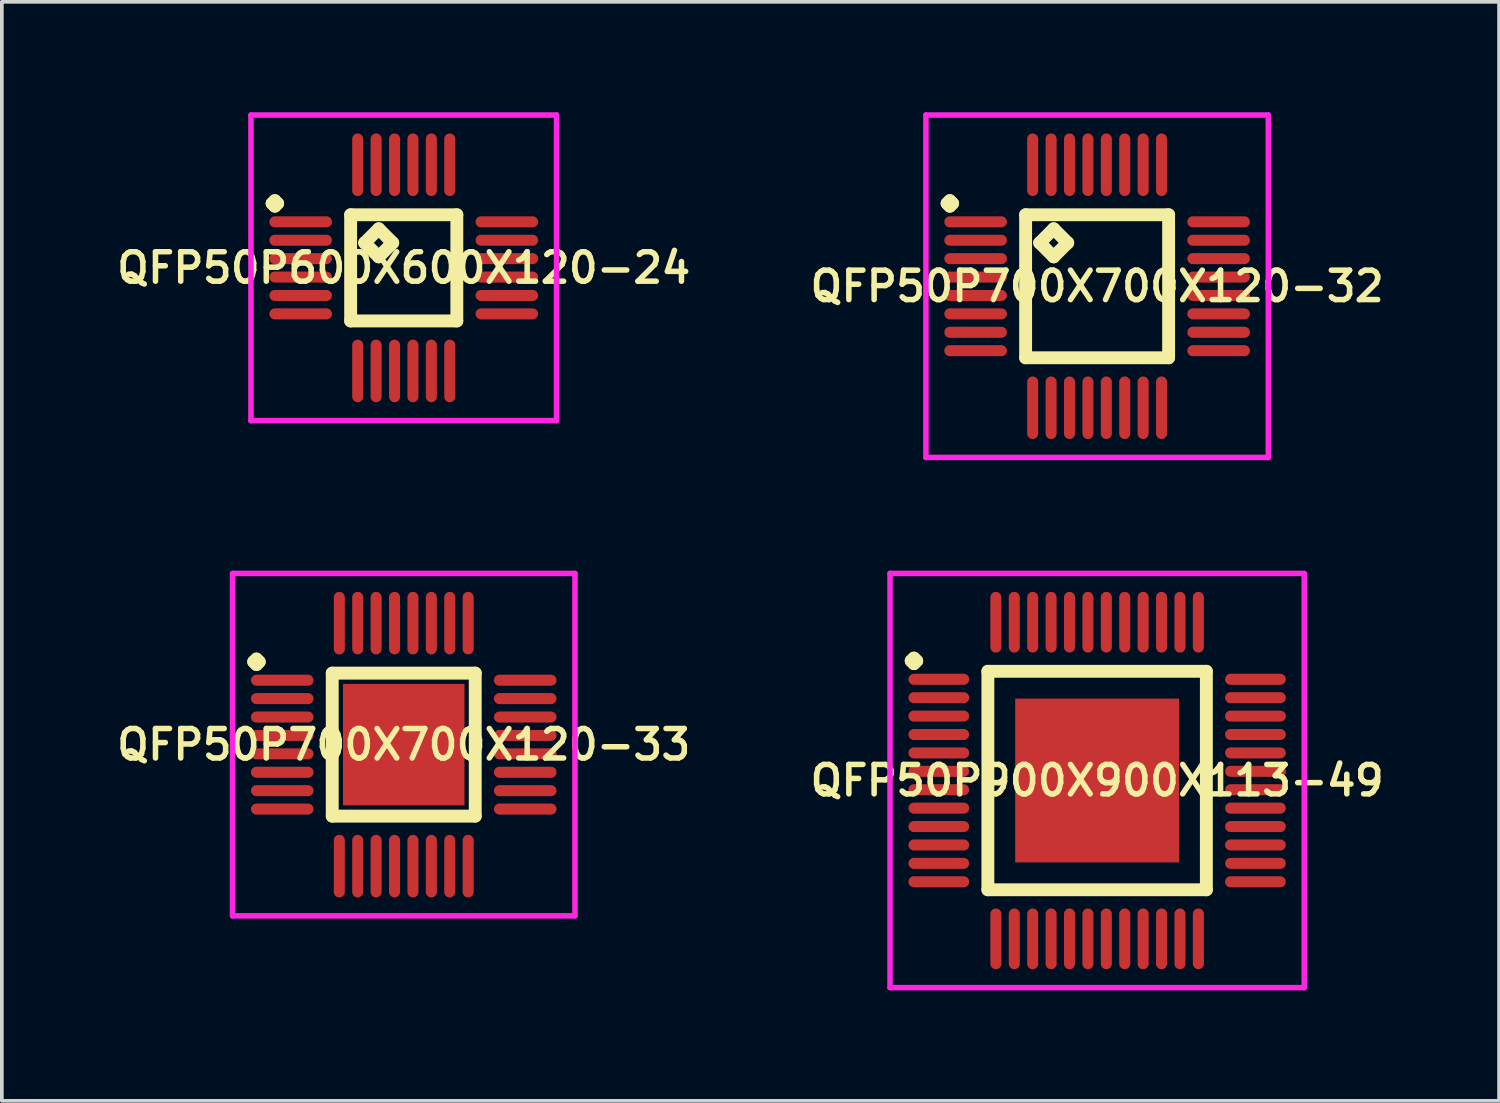
<source format=kicad_pcb>
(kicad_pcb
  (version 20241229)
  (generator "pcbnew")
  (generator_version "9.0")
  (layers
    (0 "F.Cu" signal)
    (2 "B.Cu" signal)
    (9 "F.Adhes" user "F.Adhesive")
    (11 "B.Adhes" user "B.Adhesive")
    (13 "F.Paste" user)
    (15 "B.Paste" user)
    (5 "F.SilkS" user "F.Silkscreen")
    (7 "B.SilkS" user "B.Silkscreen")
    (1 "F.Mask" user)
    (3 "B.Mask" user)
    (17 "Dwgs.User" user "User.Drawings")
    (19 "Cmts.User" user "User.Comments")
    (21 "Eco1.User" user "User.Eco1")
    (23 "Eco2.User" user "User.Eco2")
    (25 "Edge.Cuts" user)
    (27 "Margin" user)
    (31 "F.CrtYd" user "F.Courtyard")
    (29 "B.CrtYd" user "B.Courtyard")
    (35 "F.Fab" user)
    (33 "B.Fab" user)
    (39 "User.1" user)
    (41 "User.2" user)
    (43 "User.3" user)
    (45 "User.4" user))
  (footprint "QFP50P600X600X120-24"
    (layer "F.Cu")
    (at 7.916 4.225)
    (property "Reference" "QFP50P600X600X120-24" (at 0 0 0) (layer "F.SilkS") (effects (font (size 0.8 0.8) (thickness 0.15))))
    (attr smd)
    (fp_line (start -3.575 -1.75) (end -3.5 -1.825) (stroke (width 0.35) (type solid)) (layer "F.SilkS"))
    (fp_line (start -3.5 -1.825) (end -3.425 -1.75) (stroke (width 0.35) (type solid)) (layer "F.SilkS"))
    (fp_line (start -3.5 -1.675) (end -3.575 -1.75) (stroke (width 0.35) (type solid)) (layer "F.SilkS"))
    (fp_line (start -3.425 -1.75) (end -3.5 -1.675) (stroke (width 0.35) (type solid)) (layer "F.SilkS"))
    (fp_line (start -1.442 -1.442) (end -1.442 1.442) (stroke (width 0.35) (type solid)) (layer "F.SilkS"))
    (fp_line (start -1.442 1.442) (end 1.442 1.442) (stroke (width 0.35) (type solid)) (layer "F.SilkS"))
    (fp_line (start -1.061 -0.68) (end -0.68 -1.061) (stroke (width 0.35) (type solid)) (layer "F.SilkS"))
    (fp_line (start -0.68 -1.061) (end -0.299 -0.68) (stroke (width 0.35) (type solid)) (layer "F.SilkS"))
    (fp_line (start -0.68 -0.299) (end -1.061 -0.68) (stroke (width 0.35) (type solid)) (layer "F.SilkS"))
    (fp_line (start -0.299 -0.68) (end -0.68 -0.299) (stroke (width 0.35) (type solid)) (layer "F.SilkS"))
    (fp_line (start 1.442 -1.442) (end -1.442 -1.442) (stroke (width 0.35) (type solid)) (layer "F.SilkS"))
    (fp_line (start 1.442 1.442) (end 1.442 -1.442) (stroke (width 0.35) (type solid)) (layer "F.SilkS"))
    (fp_line (start -4.15 -4.15) (end 4.15 -4.15) (stroke (width 0.15) (type solid)) (layer "F.CrtYd"))
    (fp_line (start -4.15 4.15) (end -4.15 -4.15) (stroke (width 0.15) (type solid)) (layer "F.CrtYd"))
    (fp_line (start 4.15 -4.15) (end 4.15 4.15) (stroke (width 0.15) (type solid)) (layer "F.CrtYd"))
    (fp_line (start 4.15 4.15) (end -4.15 4.15) (stroke (width 0.15) (type solid)) (layer "F.CrtYd"))
    (pad "1" smd oval (at -2.8 -1.25) (size 1.7 0.3) (layers "F.Cu" "F.Mask" "F.Paste"))
    (pad "2" smd oval (at -2.8 -0.75) (size 1.7 0.3) (layers "F.Cu" "F.Mask" "F.Paste"))
    (pad "3" smd oval (at -2.8 -0.25) (size 1.7 0.3) (layers "F.Cu" "F.Mask" "F.Paste"))
    (pad "4" smd oval (at -2.8 0.25) (size 1.7 0.3) (layers "F.Cu" "F.Mask" "F.Paste"))
    (pad "5" smd oval (at -2.8 0.75) (size 1.7 0.3) (layers "F.Cu" "F.Mask" "F.Paste"))
    (pad "6" smd oval (at -2.8 1.25) (size 1.7 0.3) (layers "F.Cu" "F.Mask" "F.Paste"))
    (pad "7" smd oval (at -1.25 2.8) (size 0.3 1.7) (layers "F.Cu" "F.Mask" "F.Paste"))
    (pad "8" smd oval (at -0.75 2.8) (size 0.3 1.7) (layers "F.Cu" "F.Mask" "F.Paste"))
    (pad "9" smd oval (at -0.25 2.8) (size 0.3 1.7) (layers "F.Cu" "F.Mask" "F.Paste"))
    (pad "10" smd oval (at 0.25 2.8) (size 0.3 1.7) (layers "F.Cu" "F.Mask" "F.Paste"))
    (pad "11" smd oval (at 0.75 2.8) (size 0.3 1.7) (layers "F.Cu" "F.Mask" "F.Paste"))
    (pad "12" smd oval (at 1.25 2.8) (size 0.3 1.7) (layers "F.Cu" "F.Mask" "F.Paste"))
    (pad "13" smd oval (at 2.8 1.25) (size 1.7 0.3) (layers "F.Cu" "F.Mask" "F.Paste"))
    (pad "14" smd oval (at 2.8 0.75) (size 1.7 0.3) (layers "F.Cu" "F.Mask" "F.Paste"))
    (pad "15" smd oval (at 2.8 0.25) (size 1.7 0.3) (layers "F.Cu" "F.Mask" "F.Paste"))
    (pad "16" smd oval (at 2.8 -0.25) (size 1.7 0.3) (layers "F.Cu" "F.Mask" "F.Paste"))
    (pad "17" smd oval (at 2.8 -0.75) (size 1.7 0.3) (layers "F.Cu" "F.Mask" "F.Paste"))
    (pad "18" smd oval (at 2.8 -1.25) (size 1.7 0.3) (layers "F.Cu" "F.Mask" "F.Paste"))
    (pad "19" smd oval (at 1.25 -2.8) (size 0.3 1.7) (layers "F.Cu" "F.Mask" "F.Paste"))
    (pad "20" smd oval (at 0.75 -2.8) (size 0.3 1.7) (layers "F.Cu" "F.Mask" "F.Paste"))
    (pad "21" smd oval (at 0.25 -2.8) (size 0.3 1.7) (layers "F.Cu" "F.Mask" "F.Paste"))
    (pad "22" smd oval (at -0.25 -2.8) (size 0.3 1.7) (layers "F.Cu" "F.Mask" "F.Paste"))
    (pad "23" smd oval (at -0.75 -2.8) (size 0.3 1.7) (layers "F.Cu" "F.Mask" "F.Paste"))
    (pad "24" smd oval (at -1.25 -2.8) (size 0.3 1.7) (layers "F.Cu" "F.Mask" "F.Paste")))
  (footprint "QFP50P700X700X120-33"
    (layer "F.Cu")
    (at 7.916 17.175)
    (property "Reference" "QFP50P700X700X120-33" (at 0 0 0) (layer "F.SilkS") (effects (font (size 0.8 0.8) (thickness 0.15))))
    (attr smd)
    (fp_line (start -4.075 -2.25) (end -4 -2.325) (stroke (width 0.35) (type solid)) (layer "F.SilkS"))
    (fp_line (start -4 -2.325) (end -3.925 -2.25) (stroke (width 0.35) (type solid)) (layer "F.SilkS"))
    (fp_line (start -4 -2.175) (end -4.075 -2.25) (stroke (width 0.35) (type solid)) (layer "F.SilkS"))
    (fp_line (start -3.925 -2.25) (end -4 -2.175) (stroke (width 0.35) (type solid)) (layer "F.SilkS"))
    (fp_line (start -1.942 -1.942) (end -1.942 1.942) (stroke (width 0.35) (type solid)) (layer "F.SilkS"))
    (fp_line (start -1.942 1.942) (end 1.942 1.942) (stroke (width 0.35) (type solid)) (layer "F.SilkS"))
    (fp_line (start 1.942 -1.942) (end -1.942 -1.942) (stroke (width 0.35) (type solid)) (layer "F.SilkS"))
    (fp_line (start 1.942 1.942) (end 1.942 -1.942) (stroke (width 0.35) (type solid)) (layer "F.SilkS"))
    (fp_line (start -4.65 -4.65) (end 4.65 -4.65) (stroke (width 0.15) (type solid)) (layer "F.CrtYd"))
    (fp_line (start -4.65 4.65) (end -4.65 -4.65) (stroke (width 0.15) (type solid)) (layer "F.CrtYd"))
    (fp_line (start 4.65 -4.65) (end 4.65 4.65) (stroke (width 0.15) (type solid)) (layer "F.CrtYd"))
    (fp_line (start 4.65 4.65) (end -4.65 4.65) (stroke (width 0.15) (type solid)) (layer "F.CrtYd"))
    (pad "1" smd oval (at -3.3 -1.75) (size 1.7 0.3) (layers "F.Cu" "F.Mask" "F.Paste"))
    (pad "2" smd oval (at -3.3 -1.25) (size 1.7 0.3) (layers "F.Cu" "F.Mask" "F.Paste"))
    (pad "3" smd oval (at -3.3 -0.75) (size 1.7 0.3) (layers "F.Cu" "F.Mask" "F.Paste"))
    (pad "4" smd oval (at -3.3 -0.25) (size 1.7 0.3) (layers "F.Cu" "F.Mask" "F.Paste"))
    (pad "5" smd oval (at -3.3 0.25) (size 1.7 0.3) (layers "F.Cu" "F.Mask" "F.Paste"))
    (pad "6" smd oval (at -3.3 0.75) (size 1.7 0.3) (layers "F.Cu" "F.Mask" "F.Paste"))
    (pad "7" smd oval (at -3.3 1.25) (size 1.7 0.3) (layers "F.Cu" "F.Mask" "F.Paste"))
    (pad "8" smd oval (at -3.3 1.75) (size 1.7 0.3) (layers "F.Cu" "F.Mask" "F.Paste"))
    (pad "9" smd oval (at -1.75 3.3) (size 0.3 1.7) (layers "F.Cu" "F.Mask" "F.Paste"))
    (pad "10" smd oval (at -1.25 3.3) (size 0.3 1.7) (layers "F.Cu" "F.Mask" "F.Paste"))
    (pad "11" smd oval (at -0.75 3.3) (size 0.3 1.7) (layers "F.Cu" "F.Mask" "F.Paste"))
    (pad "12" smd oval (at -0.25 3.3) (size 0.3 1.7) (layers "F.Cu" "F.Mask" "F.Paste"))
    (pad "13" smd oval (at 0.25 3.3) (size 0.3 1.7) (layers "F.Cu" "F.Mask" "F.Paste"))
    (pad "14" smd oval (at 0.75 3.3) (size 0.3 1.7) (layers "F.Cu" "F.Mask" "F.Paste"))
    (pad "15" smd oval (at 1.25 3.3) (size 0.3 1.7) (layers "F.Cu" "F.Mask" "F.Paste"))
    (pad "16" smd oval (at 1.75 3.3) (size 0.3 1.7) (layers "F.Cu" "F.Mask" "F.Paste"))
    (pad "17" smd oval (at 3.3 1.75) (size 1.7 0.3) (layers "F.Cu" "F.Mask" "F.Paste"))
    (pad "18" smd oval (at 3.3 1.25) (size 1.7 0.3) (layers "F.Cu" "F.Mask" "F.Paste"))
    (pad "19" smd oval (at 3.3 0.75) (size 1.7 0.3) (layers "F.Cu" "F.Mask" "F.Paste"))
    (pad "20" smd oval (at 3.3 0.25) (size 1.7 0.3) (layers "F.Cu" "F.Mask" "F.Paste"))
    (pad "21" smd oval (at 3.3 -0.25) (size 1.7 0.3) (layers "F.Cu" "F.Mask" "F.Paste"))
    (pad "22" smd oval (at 3.3 -0.75) (size 1.7 0.3) (layers "F.Cu" "F.Mask" "F.Paste"))
    (pad "23" smd oval (at 3.3 -1.25) (size 1.7 0.3) (layers "F.Cu" "F.Mask" "F.Paste"))
    (pad "24" smd oval (at 3.3 -1.75) (size 1.7 0.3) (layers "F.Cu" "F.Mask" "F.Paste"))
    (pad "25" smd oval (at 1.75 -3.3) (size 0.3 1.7) (layers "F.Cu" "F.Mask" "F.Paste"))
    (pad "26" smd oval (at 1.25 -3.3) (size 0.3 1.7) (layers "F.Cu" "F.Mask" "F.Paste"))
    (pad "27" smd oval (at 0.75 -3.3) (size 0.3 1.7) (layers "F.Cu" "F.Mask" "F.Paste"))
    (pad "28" smd oval (at 0.25 -3.3) (size 0.3 1.7) (layers "F.Cu" "F.Mask" "F.Paste"))
    (pad "29" smd oval (at -0.25 -3.3) (size 0.3 1.7) (layers "F.Cu" "F.Mask" "F.Paste"))
    (pad "30" smd oval (at -0.75 -3.3) (size 0.3 1.7) (layers "F.Cu" "F.Mask" "F.Paste"))
    (pad "31" smd oval (at -1.25 -3.3) (size 0.3 1.7) (layers "F.Cu" "F.Mask" "F.Paste"))
    (pad "32" smd oval (at -1.75 -3.3) (size 0.3 1.7) (layers "F.Cu" "F.Mask" "F.Paste"))
    (pad "33" smd rect (at 0 0) (size 3.3 3.3) (layers "F.Cu" "F.Mask" "F.Paste")))
  (footprint "QFP50P700X700X120-32"
    (layer "F.Cu")
    (at 26.749 4.725)
    (property "Reference" "QFP50P700X700X120-32" (at 0 0 0) (layer "F.SilkS") (effects (font (size 0.8 0.8) (thickness 0.15))))
    (attr smd)
    (fp_line (start -4.075 -2.25) (end -4 -2.325) (stroke (width 0.35) (type solid)) (layer "F.SilkS"))
    (fp_line (start -4 -2.325) (end -3.925 -2.25) (stroke (width 0.35) (type solid)) (layer "F.SilkS"))
    (fp_line (start -4 -2.175) (end -4.075 -2.25) (stroke (width 0.35) (type solid)) (layer "F.SilkS"))
    (fp_line (start -3.925 -2.25) (end -4 -2.175) (stroke (width 0.35) (type solid)) (layer "F.SilkS"))
    (fp_line (start -1.942 -1.942) (end -1.942 1.942) (stroke (width 0.35) (type solid)) (layer "F.SilkS"))
    (fp_line (start -1.942 1.942) (end 1.942 1.942) (stroke (width 0.35) (type solid)) (layer "F.SilkS"))
    (fp_line (start -1.561 -1.18) (end -1.18 -1.561) (stroke (width 0.35) (type solid)) (layer "F.SilkS"))
    (fp_line (start -1.18 -1.561) (end -0.799 -1.18) (stroke (width 0.35) (type solid)) (layer "F.SilkS"))
    (fp_line (start -1.18 -0.799) (end -1.561 -1.18) (stroke (width 0.35) (type solid)) (layer "F.SilkS"))
    (fp_line (start -0.799 -1.18) (end -1.18 -0.799) (stroke (width 0.35) (type solid)) (layer "F.SilkS"))
    (fp_line (start 1.942 -1.942) (end -1.942 -1.942) (stroke (width 0.35) (type solid)) (layer "F.SilkS"))
    (fp_line (start 1.942 1.942) (end 1.942 -1.942) (stroke (width 0.35) (type solid)) (layer "F.SilkS"))
    (fp_line (start -4.65 -4.65) (end 4.65 -4.65) (stroke (width 0.15) (type solid)) (layer "F.CrtYd"))
    (fp_line (start -4.65 4.65) (end -4.65 -4.65) (stroke (width 0.15) (type solid)) (layer "F.CrtYd"))
    (fp_line (start 4.65 -4.65) (end 4.65 4.65) (stroke (width 0.15) (type solid)) (layer "F.CrtYd"))
    (fp_line (start 4.65 4.65) (end -4.65 4.65) (stroke (width 0.15) (type solid)) (layer "F.CrtYd"))
    (pad "1" smd oval (at -3.3 -1.75) (size 1.7 0.3) (layers "F.Cu" "F.Mask" "F.Paste"))
    (pad "2" smd oval (at -3.3 -1.25) (size 1.7 0.3) (layers "F.Cu" "F.Mask" "F.Paste"))
    (pad "3" smd oval (at -3.3 -0.75) (size 1.7 0.3) (layers "F.Cu" "F.Mask" "F.Paste"))
    (pad "4" smd oval (at -3.3 -0.25) (size 1.7 0.3) (layers "F.Cu" "F.Mask" "F.Paste"))
    (pad "5" smd oval (at -3.3 0.25) (size 1.7 0.3) (layers "F.Cu" "F.Mask" "F.Paste"))
    (pad "6" smd oval (at -3.3 0.75) (size 1.7 0.3) (layers "F.Cu" "F.Mask" "F.Paste"))
    (pad "7" smd oval (at -3.3 1.25) (size 1.7 0.3) (layers "F.Cu" "F.Mask" "F.Paste"))
    (pad "8" smd oval (at -3.3 1.75) (size 1.7 0.3) (layers "F.Cu" "F.Mask" "F.Paste"))
    (pad "9" smd oval (at -1.75 3.3) (size 0.3 1.7) (layers "F.Cu" "F.Mask" "F.Paste"))
    (pad "10" smd oval (at -1.25 3.3) (size 0.3 1.7) (layers "F.Cu" "F.Mask" "F.Paste"))
    (pad "11" smd oval (at -0.75 3.3) (size 0.3 1.7) (layers "F.Cu" "F.Mask" "F.Paste"))
    (pad "12" smd oval (at -0.25 3.3) (size 0.3 1.7) (layers "F.Cu" "F.Mask" "F.Paste"))
    (pad "13" smd oval (at 0.25 3.3) (size 0.3 1.7) (layers "F.Cu" "F.Mask" "F.Paste"))
    (pad "14" smd oval (at 0.75 3.3) (size 0.3 1.7) (layers "F.Cu" "F.Mask" "F.Paste"))
    (pad "15" smd oval (at 1.25 3.3) (size 0.3 1.7) (layers "F.Cu" "F.Mask" "F.Paste"))
    (pad "16" smd oval (at 1.75 3.3) (size 0.3 1.7) (layers "F.Cu" "F.Mask" "F.Paste"))
    (pad "17" smd oval (at 3.3 1.75) (size 1.7 0.3) (layers "F.Cu" "F.Mask" "F.Paste"))
    (pad "18" smd oval (at 3.3 1.25) (size 1.7 0.3) (layers "F.Cu" "F.Mask" "F.Paste"))
    (pad "19" smd oval (at 3.3 0.75) (size 1.7 0.3) (layers "F.Cu" "F.Mask" "F.Paste"))
    (pad "20" smd oval (at 3.3 0.25) (size 1.7 0.3) (layers "F.Cu" "F.Mask" "F.Paste"))
    (pad "21" smd oval (at 3.3 -0.25) (size 1.7 0.3) (layers "F.Cu" "F.Mask" "F.Paste"))
    (pad "22" smd oval (at 3.3 -0.75) (size 1.7 0.3) (layers "F.Cu" "F.Mask" "F.Paste"))
    (pad "23" smd oval (at 3.3 -1.25) (size 1.7 0.3) (layers "F.Cu" "F.Mask" "F.Paste"))
    (pad "24" smd oval (at 3.3 -1.75) (size 1.7 0.3) (layers "F.Cu" "F.Mask" "F.Paste"))
    (pad "25" smd oval (at 1.75 -3.3) (size 0.3 1.7) (layers "F.Cu" "F.Mask" "F.Paste"))
    (pad "26" smd oval (at 1.25 -3.3) (size 0.3 1.7) (layers "F.Cu" "F.Mask" "F.Paste"))
    (pad "27" smd oval (at 0.75 -3.3) (size 0.3 1.7) (layers "F.Cu" "F.Mask" "F.Paste"))
    (pad "28" smd oval (at 0.25 -3.3) (size 0.3 1.7) (layers "F.Cu" "F.Mask" "F.Paste"))
    (pad "29" smd oval (at -0.25 -3.3) (size 0.3 1.7) (layers "F.Cu" "F.Mask" "F.Paste"))
    (pad "30" smd oval (at -0.75 -3.3) (size 0.3 1.7) (layers "F.Cu" "F.Mask" "F.Paste"))
    (pad "31" smd oval (at -1.25 -3.3) (size 0.3 1.7) (layers "F.Cu" "F.Mask" "F.Paste"))
    (pad "32" smd oval (at -1.75 -3.3) (size 0.3 1.7) (layers "F.Cu" "F.Mask" "F.Paste")))
  (footprint "QFP50P900X900X113-49"
    (layer "F.Cu")
    (at 26.749 18.15)
    (property "Reference" "QFP50P900X900X113-49" (at 0 0 0) (layer "F.SilkS") (effects (font (size 0.8 0.8) (thickness 0.15))))
    (attr smd)
    (fp_line (start -5.05 -3.25) (end -4.975 -3.325) (stroke (width 0.35) (type solid)) (layer "F.SilkS"))
    (fp_line (start -4.975 -3.325) (end -4.9 -3.25) (stroke (width 0.35) (type solid)) (layer "F.SilkS"))
    (fp_line (start -4.975 -3.175) (end -5.05 -3.25) (stroke (width 0.35) (type solid)) (layer "F.SilkS"))
    (fp_line (start -4.9 -3.25) (end -4.975 -3.175) (stroke (width 0.35) (type solid)) (layer "F.SilkS"))
    (fp_line (start -2.967 -2.967) (end -2.967 2.967) (stroke (width 0.35) (type solid)) (layer "F.SilkS"))
    (fp_line (start -2.967 2.967) (end 2.967 2.967) (stroke (width 0.35) (type solid)) (layer "F.SilkS"))
    (fp_line (start 2.967 -2.967) (end -2.967 -2.967) (stroke (width 0.35) (type solid)) (layer "F.SilkS"))
    (fp_line (start 2.967 2.967) (end 2.967 -2.967) (stroke (width 0.35) (type solid)) (layer "F.SilkS"))
    (fp_line (start -5.625 -5.625) (end 5.625 -5.625) (stroke (width 0.15) (type solid)) (layer "F.CrtYd"))
    (fp_line (start -5.625 5.625) (end -5.625 -5.625) (stroke (width 0.15) (type solid)) (layer "F.CrtYd"))
    (fp_line (start 5.625 -5.625) (end 5.625 5.625) (stroke (width 0.15) (type solid)) (layer "F.CrtYd"))
    (fp_line (start 5.625 5.625) (end -5.625 5.625) (stroke (width 0.15) (type solid)) (layer "F.CrtYd"))
    (pad "1" smd oval (at -4.3 -2.75) (size 1.65 0.3) (layers "F.Cu" "F.Mask" "F.Paste"))
    (pad "2" smd oval (at -4.3 -2.25) (size 1.65 0.3) (layers "F.Cu" "F.Mask" "F.Paste"))
    (pad "3" smd oval (at -4.3 -1.75) (size 1.65 0.3) (layers "F.Cu" "F.Mask" "F.Paste"))
    (pad "4" smd oval (at -4.3 -1.25) (size 1.65 0.3) (layers "F.Cu" "F.Mask" "F.Paste"))
    (pad "5" smd oval (at -4.3 -0.75) (size 1.65 0.3) (layers "F.Cu" "F.Mask" "F.Paste"))
    (pad "6" smd oval (at -4.3 -0.25) (size 1.65 0.3) (layers "F.Cu" "F.Mask" "F.Paste"))
    (pad "7" smd oval (at -4.3 0.25) (size 1.65 0.3) (layers "F.Cu" "F.Mask" "F.Paste"))
    (pad "8" smd oval (at -4.3 0.75) (size 1.65 0.3) (layers "F.Cu" "F.Mask" "F.Paste"))
    (pad "9" smd oval (at -4.3 1.25) (size 1.65 0.3) (layers "F.Cu" "F.Mask" "F.Paste"))
    (pad "10" smd oval (at -4.3 1.75) (size 1.65 0.3) (layers "F.Cu" "F.Mask" "F.Paste"))
    (pad "11" smd oval (at -4.3 2.25) (size 1.65 0.3) (layers "F.Cu" "F.Mask" "F.Paste"))
    (pad "12" smd oval (at -4.3 2.75) (size 1.65 0.3) (layers "F.Cu" "F.Mask" "F.Paste"))
    (pad "13" smd oval (at -2.75 4.3) (size 0.3 1.65) (layers "F.Cu" "F.Mask" "F.Paste"))
    (pad "14" smd oval (at -2.25 4.3) (size 0.3 1.65) (layers "F.Cu" "F.Mask" "F.Paste"))
    (pad "15" smd oval (at -1.75 4.3) (size 0.3 1.65) (layers "F.Cu" "F.Mask" "F.Paste"))
    (pad "16" smd oval (at -1.25 4.3) (size 0.3 1.65) (layers "F.Cu" "F.Mask" "F.Paste"))
    (pad "17" smd oval (at -0.75 4.3) (size 0.3 1.65) (layers "F.Cu" "F.Mask" "F.Paste"))
    (pad "18" smd oval (at -0.25 4.3) (size 0.3 1.65) (layers "F.Cu" "F.Mask" "F.Paste"))
    (pad "19" smd oval (at 0.25 4.3) (size 0.3 1.65) (layers "F.Cu" "F.Mask" "F.Paste"))
    (pad "20" smd oval (at 0.75 4.3) (size 0.3 1.65) (layers "F.Cu" "F.Mask" "F.Paste"))
    (pad "21" smd oval (at 1.25 4.3) (size 0.3 1.65) (layers "F.Cu" "F.Mask" "F.Paste"))
    (pad "22" smd oval (at 1.75 4.3) (size 0.3 1.65) (layers "F.Cu" "F.Mask" "F.Paste"))
    (pad "23" smd oval (at 2.25 4.3) (size 0.3 1.65) (layers "F.Cu" "F.Mask" "F.Paste"))
    (pad "24" smd oval (at 2.75 4.3) (size 0.3 1.65) (layers "F.Cu" "F.Mask" "F.Paste"))
    (pad "25" smd oval (at 4.3 2.75) (size 1.65 0.3) (layers "F.Cu" "F.Mask" "F.Paste"))
    (pad "26" smd oval (at 4.3 2.25) (size 1.65 0.3) (layers "F.Cu" "F.Mask" "F.Paste"))
    (pad "27" smd oval (at 4.3 1.75) (size 1.65 0.3) (layers "F.Cu" "F.Mask" "F.Paste"))
    (pad "28" smd oval (at 4.3 1.25) (size 1.65 0.3) (layers "F.Cu" "F.Mask" "F.Paste"))
    (pad "29" smd oval (at 4.3 0.75) (size 1.65 0.3) (layers "F.Cu" "F.Mask" "F.Paste"))
    (pad "30" smd oval (at 4.3 0.25) (size 1.65 0.3) (layers "F.Cu" "F.Mask" "F.Paste"))
    (pad "31" smd oval (at 4.3 -0.25) (size 1.65 0.3) (layers "F.Cu" "F.Mask" "F.Paste"))
    (pad "32" smd oval (at 4.3 -0.75) (size 1.65 0.3) (layers "F.Cu" "F.Mask" "F.Paste"))
    (pad "33" smd oval (at 4.3 -1.25) (size 1.65 0.3) (layers "F.Cu" "F.Mask" "F.Paste"))
    (pad "34" smd oval (at 4.3 -1.75) (size 1.65 0.3) (layers "F.Cu" "F.Mask" "F.Paste"))
    (pad "35" smd oval (at 4.3 -2.25) (size 1.65 0.3) (layers "F.Cu" "F.Mask" "F.Paste"))
    (pad "36" smd oval (at 4.3 -2.75) (size 1.65 0.3) (layers "F.Cu" "F.Mask" "F.Paste"))
    (pad "37" smd oval (at 2.75 -4.3) (size 0.3 1.65) (layers "F.Cu" "F.Mask" "F.Paste"))
    (pad "38" smd oval (at 2.25 -4.3) (size 0.3 1.65) (layers "F.Cu" "F.Mask" "F.Paste"))
    (pad "39" smd oval (at 1.75 -4.3) (size 0.3 1.65) (layers "F.Cu" "F.Mask" "F.Paste"))
    (pad "40" smd oval (at 1.25 -4.3) (size 0.3 1.65) (layers "F.Cu" "F.Mask" "F.Paste"))
    (pad "41" smd oval (at 0.75 -4.3) (size 0.3 1.65) (layers "F.Cu" "F.Mask" "F.Paste"))
    (pad "42" smd oval (at 0.25 -4.3) (size 0.3 1.65) (layers "F.Cu" "F.Mask" "F.Paste"))
    (pad "43" smd oval (at -0.25 -4.3) (size 0.3 1.65) (layers "F.Cu" "F.Mask" "F.Paste"))
    (pad "44" smd oval (at -0.75 -4.3) (size 0.3 1.65) (layers "F.Cu" "F.Mask" "F.Paste"))
    (pad "45" smd oval (at -1.25 -4.3) (size 0.3 1.65) (layers "F.Cu" "F.Mask" "F.Paste"))
    (pad "46" smd oval (at -1.75 -4.3) (size 0.3 1.65) (layers "F.Cu" "F.Mask" "F.Paste"))
    (pad "47" smd oval (at -2.25 -4.3) (size 0.3 1.65) (layers "F.Cu" "F.Mask" "F.Paste"))
    (pad "48" smd oval (at -2.75 -4.3) (size 0.3 1.65) (layers "F.Cu" "F.Mask" "F.Paste"))
    (pad "49" smd rect (at 0 0) (size 4.45 4.45) (layers "F.Cu" "F.Mask" "F.Paste")))
  (gr_rect
    (start -3 -3)
    (end 37.666 26.85)
    (stroke (width 0.1) (type default))
    (fill no)
    (layer "Edge.Cuts")))
</source>
